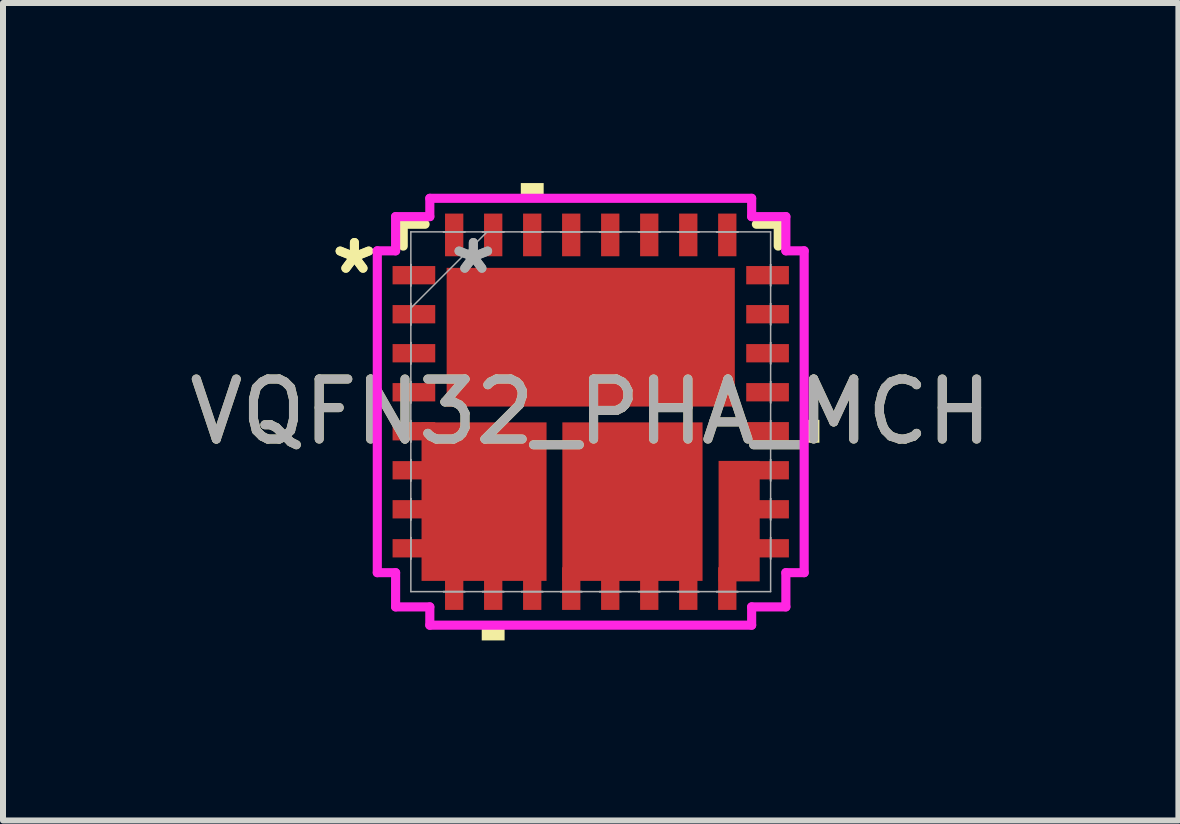
<source format=kicad_pcb>
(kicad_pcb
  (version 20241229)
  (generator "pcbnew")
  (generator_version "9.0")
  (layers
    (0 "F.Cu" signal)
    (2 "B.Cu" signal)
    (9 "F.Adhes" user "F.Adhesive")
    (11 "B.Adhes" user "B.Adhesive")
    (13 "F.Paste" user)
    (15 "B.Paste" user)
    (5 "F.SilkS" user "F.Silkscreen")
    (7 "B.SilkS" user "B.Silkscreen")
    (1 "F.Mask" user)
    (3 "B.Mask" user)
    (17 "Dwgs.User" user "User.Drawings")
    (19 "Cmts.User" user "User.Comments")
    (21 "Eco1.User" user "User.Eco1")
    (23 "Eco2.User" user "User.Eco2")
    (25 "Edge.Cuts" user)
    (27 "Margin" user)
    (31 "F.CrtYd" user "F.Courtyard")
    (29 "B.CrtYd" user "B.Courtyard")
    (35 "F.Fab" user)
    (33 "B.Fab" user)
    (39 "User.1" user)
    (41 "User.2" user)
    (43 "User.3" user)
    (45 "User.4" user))
  (footprint "VQFN32_PHA_MCH"
    (layer "F.Cu")
    (at 6.792 3.81)
    (property "Reference" "VQFN32_PHA_MCH" (at 0 0 0) (unlocked yes) (layer "F.SilkS") (effects (font (size 1 1) (thickness 0.15))))
    (attr smd)
    (fp_poly (pts (xy -2.819 0.177) (xy -0.736 0.177) (xy -0.736 2.818) (xy -2.819 2.818)) (stroke (width 0) (type solid)) (fill yes) (layer "F.Cu"))
    (fp_poly (pts (xy -0.473 0.177) (xy 1.863 0.177) (xy 1.863 2.818) (xy -0.473 2.818)) (stroke (width 0) (type solid)) (fill yes) (layer "F.Cu"))
    (fp_poly (pts (xy 2.13 0.819) (xy 2.815 0.819) (xy 2.815 2.826) (xy 2.13 2.826)) (stroke (width 0) (type solid)) (fill yes) (layer "F.Cu"))
    (fp_poly (pts (xy -2.819 0.177) (xy -0.736 0.177) (xy -0.736 2.818) (xy -2.819 2.818)) (stroke (width 0) (type solid)) (fill yes) (layer "F.Mask"))
    (fp_poly (pts (xy -0.473 0.177) (xy 1.863 0.177) (xy 1.863 2.818) (xy -0.473 2.818)) (stroke (width 0) (type solid)) (fill yes) (layer "F.Mask"))
    (fp_poly (pts (xy 2.13 0.819) (xy 2.815 0.819) (xy 2.815 2.826) (xy 2.13 2.826)) (stroke (width 0) (type solid)) (fill yes) (layer "F.Mask"))
    (fp_line (start -3.124 -3.124) (end -3.124 -2.76) (stroke (width 0.152) (type solid)) (layer "F.SilkS"))
    (fp_line (start -2.76 -3.124) (end -3.124 -3.124) (stroke (width 0.152) (type solid)) (layer "F.SilkS"))
    (fp_line (start 3.124 -3.124) (end 2.76 -3.124) (stroke (width 0.152) (type solid)) (layer "F.SilkS"))
    (fp_line (start 3.124 -2.76) (end 3.124 -3.124) (stroke (width 0.152) (type solid)) (layer "F.SilkS"))
    (fp_poly (pts (xy -1.816 3.556) (xy -1.816 3.81) (xy -1.435 3.81) (xy -1.435 3.556)) (stroke (width 0) (type solid)) (fill yes) (layer "F.SilkS"))
    (fp_poly (pts (xy -1.165 -3.556) (xy -1.165 -3.81) (xy -0.784 -3.81) (xy -0.784 -3.556)) (stroke (width 0) (type solid)) (fill yes) (layer "F.SilkS"))
    (fp_poly (pts (xy 3.81 0.135) (xy 3.81 0.516) (xy 3.556 0.516) (xy 3.556 0.135)) (stroke (width 0) (type solid)) (fill yes) (layer "F.SilkS"))
    (fp_poly (pts (xy -2.819 0.177) (xy -0.736 0.177) (xy -0.736 2.818) (xy -2.819 2.818)) (stroke (width 0) (type solid)) (fill yes) (layer "F.Paste"))
    (fp_poly (pts (xy -0.473 0.177) (xy 1.863 0.177) (xy 1.863 2.818) (xy -0.473 2.818)) (stroke (width 0) (type solid)) (fill yes) (layer "F.Paste"))
    (fp_poly (pts (xy 2.13 0.819) (xy 2.815 0.819) (xy 2.815 2.826) (xy 2.13 2.826)) (stroke (width 0) (type solid)) (fill yes) (layer "F.Paste"))
    (fp_line (start -3.556 -2.681) (end -3.251 -2.681) (stroke (width 0.152) (type solid)) (layer "F.CrtYd"))
    (fp_line (start -3.556 2.681) (end -3.556 -2.681) (stroke (width 0.152) (type solid)) (layer "F.CrtYd"))
    (fp_line (start -3.251 -3.251) (end -2.681 -3.251) (stroke (width 0.152) (type solid)) (layer "F.CrtYd"))
    (fp_line (start -3.251 -2.681) (end -3.251 -3.251) (stroke (width 0.152) (type solid)) (layer "F.CrtYd"))
    (fp_line (start -3.251 2.681) (end -3.556 2.681) (stroke (width 0.152) (type solid)) (layer "F.CrtYd"))
    (fp_line (start -3.251 3.251) (end -3.251 2.681) (stroke (width 0.152) (type solid)) (layer "F.CrtYd"))
    (fp_line (start -2.681 -3.556) (end 2.681 -3.556) (stroke (width 0.152) (type solid)) (layer "F.CrtYd"))
    (fp_line (start -2.681 -3.251) (end -2.681 -3.556) (stroke (width 0.152) (type solid)) (layer "F.CrtYd"))
    (fp_line (start -2.681 3.251) (end -3.251 3.251) (stroke (width 0.152) (type solid)) (layer "F.CrtYd"))
    (fp_line (start -2.681 3.556) (end -2.681 3.251) (stroke (width 0.152) (type solid)) (layer "F.CrtYd"))
    (fp_line (start 2.681 -3.556) (end 2.681 -3.251) (stroke (width 0.152) (type solid)) (layer "F.CrtYd"))
    (fp_line (start 2.681 -3.251) (end 3.251 -3.251) (stroke (width 0.152) (type solid)) (layer "F.CrtYd"))
    (fp_line (start 2.681 3.251) (end 2.681 3.556) (stroke (width 0.152) (type solid)) (layer "F.CrtYd"))
    (fp_line (start 2.681 3.556) (end -2.681 3.556) (stroke (width 0.152) (type solid)) (layer "F.CrtYd"))
    (fp_line (start 3.251 -3.251) (end 3.251 -2.681) (stroke (width 0.152) (type solid)) (layer "F.CrtYd"))
    (fp_line (start 3.251 -2.681) (end 3.556 -2.681) (stroke (width 0.152) (type solid)) (layer "F.CrtYd"))
    (fp_line (start 3.251 2.681) (end 3.251 3.251) (stroke (width 0.152) (type solid)) (layer "F.CrtYd"))
    (fp_line (start 3.251 3.251) (end 2.681 3.251) (stroke (width 0.152) (type solid)) (layer "F.CrtYd"))
    (fp_line (start 3.556 -2.681) (end 3.556 2.681) (stroke (width 0.152) (type solid)) (layer "F.CrtYd"))
    (fp_line (start 3.556 2.681) (end 3.251 2.681) (stroke (width 0.152) (type solid)) (layer "F.CrtYd"))
    (fp_line (start -2.997 -2.997) (end -2.997 2.997) (stroke (width 0.025) (type solid)) (layer "F.Fab"))
    (fp_line (start -2.997 -2.453) (end -2.997 -2.453) (stroke (width 0.025) (type solid)) (layer "F.Fab"))
    (fp_line (start -2.997 -2.453) (end -2.997 -2.097) (stroke (width 0.025) (type solid)) (layer "F.Fab"))
    (fp_line (start -2.997 -2.097) (end -2.997 -2.453) (stroke (width 0.025) (type solid)) (layer "F.Fab"))
    (fp_line (start -2.997 -2.097) (end -2.997 -2.097) (stroke (width 0.025) (type solid)) (layer "F.Fab"))
    (fp_line (start -2.997 -1.803) (end -2.997 -1.803) (stroke (width 0.025) (type solid)) (layer "F.Fab"))
    (fp_line (start -2.997 -1.803) (end -2.997 -1.447) (stroke (width 0.025) (type solid)) (layer "F.Fab"))
    (fp_line (start -2.997 -1.727) (end -1.727 -2.997) (stroke (width 0.025) (type solid)) (layer "F.Fab"))
    (fp_line (start -2.997 -1.447) (end -2.997 -1.803) (stroke (width 0.025) (type solid)) (layer "F.Fab"))
    (fp_line (start -2.997 -1.447) (end -2.997 -1.447) (stroke (width 0.025) (type solid)) (layer "F.Fab"))
    (fp_line (start -2.997 -1.153) (end -2.997 -1.153) (stroke (width 0.025) (type solid)) (layer "F.Fab"))
    (fp_line (start -2.997 -1.153) (end -2.997 -0.797) (stroke (width 0.025) (type solid)) (layer "F.Fab"))
    (fp_line (start -2.997 -0.797) (end -2.997 -1.153) (stroke (width 0.025) (type solid)) (layer "F.Fab"))
    (fp_line (start -2.997 -0.797) (end -2.997 -0.797) (stroke (width 0.025) (type solid)) (layer "F.Fab"))
    (fp_line (start -2.997 -0.503) (end -2.997 -0.503) (stroke (width 0.025) (type solid)) (layer "F.Fab"))
    (fp_line (start -2.997 -0.503) (end -2.997 -0.147) (stroke (width 0.025) (type solid)) (layer "F.Fab"))
    (fp_line (start -2.997 -0.147) (end -2.997 -0.503) (stroke (width 0.025) (type solid)) (layer "F.Fab"))
    (fp_line (start -2.997 -0.147) (end -2.997 -0.147) (stroke (width 0.025) (type solid)) (layer "F.Fab"))
    (fp_line (start -2.997 0.147) (end -2.997 0.147) (stroke (width 0.025) (type solid)) (layer "F.Fab"))
    (fp_line (start -2.997 0.147) (end -2.997 0.503) (stroke (width 0.025) (type solid)) (layer "F.Fab"))
    (fp_line (start -2.997 0.503) (end -2.997 0.147) (stroke (width 0.025) (type solid)) (layer "F.Fab"))
    (fp_line (start -2.997 0.503) (end -2.997 0.503) (stroke (width 0.025) (type solid)) (layer "F.Fab"))
    (fp_line (start -2.997 0.797) (end -2.997 0.797) (stroke (width 0.025) (type solid)) (layer "F.Fab"))
    (fp_line (start -2.997 0.797) (end -2.997 1.153) (stroke (width 0.025) (type solid)) (layer "F.Fab"))
    (fp_line (start -2.997 1.153) (end -2.997 0.797) (stroke (width 0.025) (type solid)) (layer "F.Fab"))
    (fp_line (start -2.997 1.153) (end -2.997 1.153) (stroke (width 0.025) (type solid)) (layer "F.Fab"))
    (fp_line (start -2.997 1.447) (end -2.997 1.447) (stroke (width 0.025) (type solid)) (layer "F.Fab"))
    (fp_line (start -2.997 1.447) (end -2.997 1.803) (stroke (width 0.025) (type solid)) (layer "F.Fab"))
    (fp_line (start -2.997 1.803) (end -2.997 1.447) (stroke (width 0.025) (type solid)) (layer "F.Fab"))
    (fp_line (start -2.997 1.803) (end -2.997 1.803) (stroke (width 0.025) (type solid)) (layer "F.Fab"))
    (fp_line (start -2.997 2.097) (end -2.997 2.097) (stroke (width 0.025) (type solid)) (layer "F.Fab"))
    (fp_line (start -2.997 2.097) (end -2.997 2.453) (stroke (width 0.025) (type solid)) (layer "F.Fab"))
    (fp_line (start -2.997 2.453) (end -2.997 2.097) (stroke (width 0.025) (type solid)) (layer "F.Fab"))
    (fp_line (start -2.997 2.453) (end -2.997 2.453) (stroke (width 0.025) (type solid)) (layer "F.Fab"))
    (fp_line (start -2.997 2.997) (end 2.997 2.997) (stroke (width 0.025) (type solid)) (layer "F.Fab"))
    (fp_line (start -2.453 -2.997) (end -2.453 -2.997) (stroke (width 0.025) (type solid)) (layer "F.Fab"))
    (fp_line (start -2.453 -2.997) (end -2.097 -2.997) (stroke (width 0.025) (type solid)) (layer "F.Fab"))
    (fp_line (start -2.453 2.997) (end -2.453 2.997) (stroke (width 0.025) (type solid)) (layer "F.Fab"))
    (fp_line (start -2.453 2.997) (end -2.097 2.997) (stroke (width 0.025) (type solid)) (layer "F.Fab"))
    (fp_line (start -2.097 -2.997) (end -2.453 -2.997) (stroke (width 0.025) (type solid)) (layer "F.Fab"))
    (fp_line (start -2.097 -2.997) (end -2.097 -2.997) (stroke (width 0.025) (type solid)) (layer "F.Fab"))
    (fp_line (start -2.097 2.997) (end -2.453 2.997) (stroke (width 0.025) (type solid)) (layer "F.Fab"))
    (fp_line (start -2.097 2.997) (end -2.097 2.997) (stroke (width 0.025) (type solid)) (layer "F.Fab"))
    (fp_line (start -1.803 -2.997) (end -1.803 -2.997) (stroke (width 0.025) (type solid)) (layer "F.Fab"))
    (fp_line (start -1.803 -2.997) (end -1.447 -2.997) (stroke (width 0.025) (type solid)) (layer "F.Fab"))
    (fp_line (start -1.803 2.997) (end -1.803 2.997) (stroke (width 0.025) (type solid)) (layer "F.Fab"))
    (fp_line (start -1.803 2.997) (end -1.447 2.997) (stroke (width 0.025) (type solid)) (layer "F.Fab"))
    (fp_line (start -1.447 -2.997) (end -1.803 -2.997) (stroke (width 0.025) (type solid)) (layer "F.Fab"))
    (fp_line (start -1.447 -2.997) (end -1.447 -2.997) (stroke (width 0.025) (type solid)) (layer "F.Fab"))
    (fp_line (start -1.447 2.997) (end -1.803 2.997) (stroke (width 0.025) (type solid)) (layer "F.Fab"))
    (fp_line (start -1.447 2.997) (end -1.447 2.997) (stroke (width 0.025) (type solid)) (layer "F.Fab"))
    (fp_line (start -1.153 -2.997) (end -1.153 -2.997) (stroke (width 0.025) (type solid)) (layer "F.Fab"))
    (fp_line (start -1.153 -2.997) (end -0.797 -2.997) (stroke (width 0.025) (type solid)) (layer "F.Fab"))
    (fp_line (start -1.153 2.997) (end -1.153 2.997) (stroke (width 0.025) (type solid)) (layer "F.Fab"))
    (fp_line (start -1.153 2.997) (end -0.797 2.997) (stroke (width 0.025) (type solid)) (layer "F.Fab"))
    (fp_line (start -0.797 -2.997) (end -1.153 -2.997) (stroke (width 0.025) (type solid)) (layer "F.Fab"))
    (fp_line (start -0.797 -2.997) (end -0.797 -2.997) (stroke (width 0.025) (type solid)) (layer "F.Fab"))
    (fp_line (start -0.797 2.997) (end -1.153 2.997) (stroke (width 0.025) (type solid)) (layer "F.Fab"))
    (fp_line (start -0.797 2.997) (end -0.797 2.997) (stroke (width 0.025) (type solid)) (layer "F.Fab"))
    (fp_line (start -0.503 -2.997) (end -0.503 -2.997) (stroke (width 0.025) (type solid)) (layer "F.Fab"))
    (fp_line (start -0.503 -2.997) (end -0.147 -2.997) (stroke (width 0.025) (type solid)) (layer "F.Fab"))
    (fp_line (start -0.503 2.997) (end -0.503 2.997) (stroke (width 0.025) (type solid)) (layer "F.Fab"))
    (fp_line (start -0.503 2.997) (end -0.147 2.997) (stroke (width 0.025) (type solid)) (layer "F.Fab"))
    (fp_line (start -0.147 -2.997) (end -0.503 -2.997) (stroke (width 0.025) (type solid)) (layer "F.Fab"))
    (fp_line (start -0.147 -2.997) (end -0.147 -2.997) (stroke (width 0.025) (type solid)) (layer "F.Fab"))
    (fp_line (start -0.147 2.997) (end -0.503 2.997) (stroke (width 0.025) (type solid)) (layer "F.Fab"))
    (fp_line (start -0.147 2.997) (end -0.147 2.997) (stroke (width 0.025) (type solid)) (layer "F.Fab"))
    (fp_line (start 0.147 -2.997) (end 0.147 -2.997) (stroke (width 0.025) (type solid)) (layer "F.Fab"))
    (fp_line (start 0.147 -2.997) (end 0.503 -2.997) (stroke (width 0.025) (type solid)) (layer "F.Fab"))
    (fp_line (start 0.147 2.997) (end 0.147 2.997) (stroke (width 0.025) (type solid)) (layer "F.Fab"))
    (fp_line (start 0.147 2.997) (end 0.503 2.997) (stroke (width 0.025) (type solid)) (layer "F.Fab"))
    (fp_line (start 0.503 -2.997) (end 0.147 -2.997) (stroke (width 0.025) (type solid)) (layer "F.Fab"))
    (fp_line (start 0.503 -2.997) (end 0.503 -2.997) (stroke (width 0.025) (type solid)) (layer "F.Fab"))
    (fp_line (start 0.503 2.997) (end 0.147 2.997) (stroke (width 0.025) (type solid)) (layer "F.Fab"))
    (fp_line (start 0.503 2.997) (end 0.503 2.997) (stroke (width 0.025) (type solid)) (layer "F.Fab"))
    (fp_line (start 0.797 -2.997) (end 0.797 -2.997) (stroke (width 0.025) (type solid)) (layer "F.Fab"))
    (fp_line (start 0.797 -2.997) (end 1.153 -2.997) (stroke (width 0.025) (type solid)) (layer "F.Fab"))
    (fp_line (start 0.797 2.997) (end 0.797 2.997) (stroke (width 0.025) (type solid)) (layer "F.Fab"))
    (fp_line (start 0.797 2.997) (end 1.153 2.997) (stroke (width 0.025) (type solid)) (layer "F.Fab"))
    (fp_line (start 1.153 -2.997) (end 0.797 -2.997) (stroke (width 0.025) (type solid)) (layer "F.Fab"))
    (fp_line (start 1.153 -2.997) (end 1.153 -2.997) (stroke (width 0.025) (type solid)) (layer "F.Fab"))
    (fp_line (start 1.153 2.997) (end 0.797 2.997) (stroke (width 0.025) (type solid)) (layer "F.Fab"))
    (fp_line (start 1.153 2.997) (end 1.153 2.997) (stroke (width 0.025) (type solid)) (layer "F.Fab"))
    (fp_line (start 1.447 -2.997) (end 1.447 -2.997) (stroke (width 0.025) (type solid)) (layer "F.Fab"))
    (fp_line (start 1.447 -2.997) (end 1.803 -2.997) (stroke (width 0.025) (type solid)) (layer "F.Fab"))
    (fp_line (start 1.447 2.997) (end 1.447 2.997) (stroke (width 0.025) (type solid)) (layer "F.Fab"))
    (fp_line (start 1.447 2.997) (end 1.803 2.997) (stroke (width 0.025) (type solid)) (layer "F.Fab"))
    (fp_line (start 1.803 -2.997) (end 1.447 -2.997) (stroke (width 0.025) (type solid)) (layer "F.Fab"))
    (fp_line (start 1.803 -2.997) (end 1.803 -2.997) (stroke (width 0.025) (type solid)) (layer "F.Fab"))
    (fp_line (start 1.803 2.997) (end 1.447 2.997) (stroke (width 0.025) (type solid)) (layer "F.Fab"))
    (fp_line (start 1.803 2.997) (end 1.803 2.997) (stroke (width 0.025) (type solid)) (layer "F.Fab"))
    (fp_line (start 2.097 -2.997) (end 2.097 -2.997) (stroke (width 0.025) (type solid)) (layer "F.Fab"))
    (fp_line (start 2.097 -2.997) (end 2.453 -2.997) (stroke (width 0.025) (type solid)) (layer "F.Fab"))
    (fp_line (start 2.097 2.997) (end 2.097 2.997) (stroke (width 0.025) (type solid)) (layer "F.Fab"))
    (fp_line (start 2.097 2.997) (end 2.453 2.997) (stroke (width 0.025) (type solid)) (layer "F.Fab"))
    (fp_line (start 2.453 -2.997) (end 2.097 -2.997) (stroke (width 0.025) (type solid)) (layer "F.Fab"))
    (fp_line (start 2.453 -2.997) (end 2.453 -2.997) (stroke (width 0.025) (type solid)) (layer "F.Fab"))
    (fp_line (start 2.453 2.997) (end 2.097 2.997) (stroke (width 0.025) (type solid)) (layer "F.Fab"))
    (fp_line (start 2.453 2.997) (end 2.453 2.997) (stroke (width 0.025) (type solid)) (layer "F.Fab"))
    (fp_line (start 2.997 -2.997) (end -2.997 -2.997) (stroke (width 0.025) (type solid)) (layer "F.Fab"))
    (fp_line (start 2.997 -2.453) (end 2.997 -2.453) (stroke (width 0.025) (type solid)) (layer "F.Fab"))
    (fp_line (start 2.997 -2.453) (end 2.997 -2.097) (stroke (width 0.025) (type solid)) (layer "F.Fab"))
    (fp_line (start 2.997 -2.097) (end 2.997 -2.453) (stroke (width 0.025) (type solid)) (layer "F.Fab"))
    (fp_line (start 2.997 -2.097) (end 2.997 -2.097) (stroke (width 0.025) (type solid)) (layer "F.Fab"))
    (fp_line (start 2.997 -1.803) (end 2.997 -1.803) (stroke (width 0.025) (type solid)) (layer "F.Fab"))
    (fp_line (start 2.997 -1.803) (end 2.997 -1.447) (stroke (width 0.025) (type solid)) (layer "F.Fab"))
    (fp_line (start 2.997 -1.447) (end 2.997 -1.803) (stroke (width 0.025) (type solid)) (layer "F.Fab"))
    (fp_line (start 2.997 -1.447) (end 2.997 -1.447) (stroke (width 0.025) (type solid)) (layer "F.Fab"))
    (fp_line (start 2.997 -1.153) (end 2.997 -1.153) (stroke (width 0.025) (type solid)) (layer "F.Fab"))
    (fp_line (start 2.997 -1.153) (end 2.997 -0.797) (stroke (width 0.025) (type solid)) (layer "F.Fab"))
    (fp_line (start 2.997 -0.797) (end 2.997 -1.153) (stroke (width 0.025) (type solid)) (layer "F.Fab"))
    (fp_line (start 2.997 -0.797) (end 2.997 -0.797) (stroke (width 0.025) (type solid)) (layer "F.Fab"))
    (fp_line (start 2.997 -0.503) (end 2.997 -0.503) (stroke (width 0.025) (type solid)) (layer "F.Fab"))
    (fp_line (start 2.997 -0.503) (end 2.997 -0.147) (stroke (width 0.025) (type solid)) (layer "F.Fab"))
    (fp_line (start 2.997 -0.147) (end 2.997 -0.503) (stroke (width 0.025) (type solid)) (layer "F.Fab"))
    (fp_line (start 2.997 -0.147) (end 2.997 -0.147) (stroke (width 0.025) (type solid)) (layer "F.Fab"))
    (fp_line (start 2.997 0.147) (end 2.997 0.147) (stroke (width 0.025) (type solid)) (layer "F.Fab"))
    (fp_line (start 2.997 0.147) (end 2.997 0.503) (stroke (width 0.025) (type solid)) (layer "F.Fab"))
    (fp_line (start 2.997 0.503) (end 2.997 0.147) (stroke (width 0.025) (type solid)) (layer "F.Fab"))
    (fp_line (start 2.997 0.503) (end 2.997 0.503) (stroke (width 0.025) (type solid)) (layer "F.Fab"))
    (fp_line (start 2.997 0.797) (end 2.997 0.797) (stroke (width 0.025) (type solid)) (layer "F.Fab"))
    (fp_line (start 2.997 0.797) (end 2.997 1.153) (stroke (width 0.025) (type solid)) (layer "F.Fab"))
    (fp_line (start 2.997 1.153) (end 2.997 0.797) (stroke (width 0.025) (type solid)) (layer "F.Fab"))
    (fp_line (start 2.997 1.153) (end 2.997 1.153) (stroke (width 0.025) (type solid)) (layer "F.Fab"))
    (fp_line (start 2.997 1.447) (end 2.997 1.447) (stroke (width 0.025) (type solid)) (layer "F.Fab"))
    (fp_line (start 2.997 1.447) (end 2.997 1.803) (stroke (width 0.025) (type solid)) (layer "F.Fab"))
    (fp_line (start 2.997 1.803) (end 2.997 1.447) (stroke (width 0.025) (type solid)) (layer "F.Fab"))
    (fp_line (start 2.997 1.803) (end 2.997 1.803) (stroke (width 0.025) (type solid)) (layer "F.Fab"))
    (fp_line (start 2.997 2.097) (end 2.997 2.097) (stroke (width 0.025) (type solid)) (layer "F.Fab"))
    (fp_line (start 2.997 2.097) (end 2.997 2.453) (stroke (width 0.025) (type solid)) (layer "F.Fab"))
    (fp_line (start 2.997 2.453) (end 2.997 2.097) (stroke (width 0.025) (type solid)) (layer "F.Fab"))
    (fp_line (start 2.997 2.453) (end 2.997 2.453) (stroke (width 0.025) (type solid)) (layer "F.Fab"))
    (fp_line (start 2.997 2.997) (end 2.997 -2.997) (stroke (width 0.025) (type solid)) (layer "F.Fab"))
    (fp_text user "*" (at -3.937 -2.275 0) (layer "F.SilkS") (effects (font (size 1 1) (thickness 0.15))))
    (fp_text user "*" (at -3.937 -2.275 0) (unlocked yes) (layer "F.SilkS") (effects (font (size 1 1) (thickness 0.15))))
    (fp_text user "*" (at -1.956 -2.275 0) (layer "F.Fab") (effects (font (size 1 1) (thickness 0.15))))
    (fp_text user "${REFERENCE}" (at 0 0 0) (unlocked yes) (layer "F.Fab") (effects (font (size 1 1) (thickness 0.15))))
    (fp_text user "*" (at -1.956 -2.275 0) (unlocked yes) (layer "F.Fab") (effects (font (size 1 1) (thickness 0.15))))
    (pad "1" smd rect (at -2.946 -2.275 90) (size 0.305 0.711) (layers "F.Cu" "F.Mask" "F.Paste"))
    (pad "2" smd rect (at -2.946 -1.625 90) (size 0.305 0.711) (layers "F.Cu" "F.Mask" "F.Paste"))
    (pad "3" smd rect (at -2.946 -0.975 90) (size 0.305 0.711) (layers "F.Cu" "F.Mask" "F.Paste"))
    (pad "4" smd rect (at -2.946 -0.325 90) (size 0.305 0.711) (layers "F.Cu" "F.Mask" "F.Paste"))
    (pad "5" smd rect (at -2.946 0.325 90) (size 0.305 0.711) (layers "F.Cu" "F.Mask" "F.Paste"))
    (pad "6" smd rect (at -2.946 0.975 90) (size 0.305 0.711) (layers "F.Cu" "F.Mask" "F.Paste"))
    (pad "7" smd rect (at -2.946 1.625 90) (size 0.305 0.711) (layers "F.Cu" "F.Mask" "F.Paste"))
    (pad "8" smd rect (at -2.946 2.275 90) (size 0.305 0.711) (layers "F.Cu" "F.Mask" "F.Paste"))
    (pad "9" smd rect (at -2.275 2.946) (size 0.305 0.711) (layers "F.Cu" "F.Mask" "F.Paste"))
    (pad "10" smd rect (at -1.625 2.946) (size 0.305 0.711) (layers "F.Cu" "F.Mask" "F.Paste"))
    (pad "11" smd rect (at -0.975 2.946) (size 0.305 0.711) (layers "F.Cu" "F.Mask" "F.Paste"))
    (pad "12" smd rect (at -0.325 2.946) (size 0.305 0.711) (layers "F.Cu" "F.Mask" "F.Paste"))
    (pad "13" smd rect (at 0.325 2.946) (size 0.305 0.711) (layers "F.Cu" "F.Mask" "F.Paste"))
    (pad "14" smd rect (at 0.975 2.946) (size 0.305 0.711) (layers "F.Cu" "F.Mask" "F.Paste"))
    (pad "15" smd rect (at 1.625 2.946) (size 0.305 0.711) (layers "F.Cu" "F.Mask" "F.Paste"))
    (pad "16" smd rect (at 2.275 2.946) (size 0.305 0.711) (layers "F.Cu" "F.Mask" "F.Paste"))
    (pad "17" smd rect (at 2.946 2.275 90) (size 0.305 0.711) (layers "F.Cu" "F.Mask" "F.Paste"))
    (pad "18" smd rect (at 2.946 1.625 90) (size 0.305 0.711) (layers "F.Cu" "F.Mask" "F.Paste"))
    (pad "19" smd rect (at 2.946 0.975 90) (size 0.305 0.711) (layers "F.Cu" "F.Mask" "F.Paste"))
    (pad "20" smd rect (at 2.946 0.325 90) (size 0.305 0.711) (layers "F.Cu" "F.Mask" "F.Paste"))
    (pad "21" smd rect (at 2.946 -0.325 90) (size 0.305 0.711) (layers "F.Cu" "F.Mask" "F.Paste"))
    (pad "22" smd rect (at 2.946 -0.975 90) (size 0.305 0.711) (layers "F.Cu" "F.Mask" "F.Paste"))
    (pad "23" smd rect (at 2.946 -1.625 90) (size 0.305 0.711) (layers "F.Cu" "F.Mask" "F.Paste"))
    (pad "24" smd rect (at 2.946 -2.275 90) (size 0.305 0.711) (layers "F.Cu" "F.Mask" "F.Paste"))
    (pad "25" smd rect (at 2.275 -2.946) (size 0.305 0.711) (layers "F.Cu" "F.Mask" "F.Paste"))
    (pad "26" smd rect (at 1.625 -2.946) (size 0.305 0.711) (layers "F.Cu" "F.Mask" "F.Paste"))
    (pad "27" smd rect (at 0.975 -2.946) (size 0.305 0.711) (layers "F.Cu" "F.Mask" "F.Paste"))
    (pad "28" smd rect (at 0.325 -2.946) (size 0.305 0.711) (layers "F.Cu" "F.Mask" "F.Paste"))
    (pad "29" smd rect (at -0.325 -2.946) (size 0.305 0.711) (layers "F.Cu" "F.Mask" "F.Paste"))
    (pad "30" smd rect (at -0.975 -2.946) (size 0.305 0.711) (layers "F.Cu" "F.Mask" "F.Paste"))
    (pad "31" smd rect (at -1.625 -2.946) (size 0.305 0.711) (layers "F.Cu" "F.Mask" "F.Paste"))
    (pad "32" smd rect (at -2.275 -2.946) (size 0.305 0.711) (layers "F.Cu" "F.Mask" "F.Paste"))
    (pad "33" smd rect (at 0 -1.242) (size 4.801 2.311) (layers "F.Cu" "F.Mask" "F.Paste")))
  (gr_rect
    (start -3 -3)
    (end 16.583 10.62)
    (stroke (width 0.1) (type default))
    (fill no)
    (layer "Edge.Cuts")))
</source>
